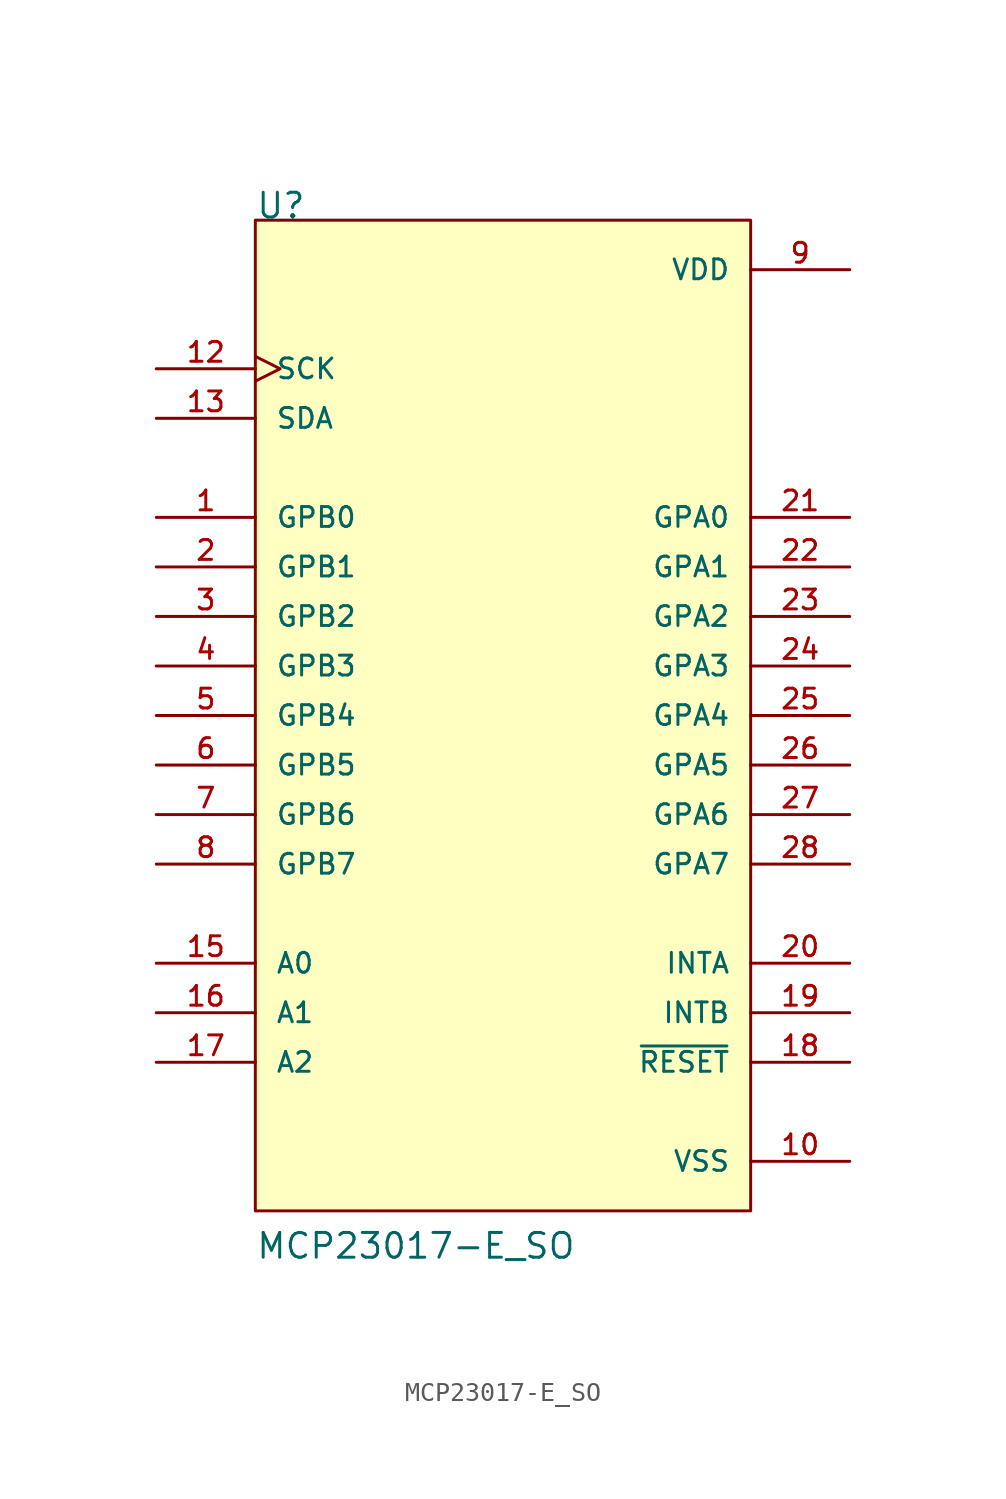
<source format=kicad_sym>
(kicad_symbol_lib
  (version 20211014)
  (generator kicad_symbol_editor)
  (symbol "MCP23017-E_SO"
    (pin_names
      (offset 1.016))
    (property "Reference" "U"
      (at -12.7 25.4 0)
      (effects (font (size 1.27 1.27)) (justify bottom left)))
    (property "Value" "MCP23017-E_SO"
      (at -12.7 -27.94 0)
      (effects (font (size 1.27 1.27)) (justify bottom left)))
    (symbol "MCP23017-E_SO_0_0"
      (rectangle (start -12.7 -25.4) (end 12.7 25.4) (stroke (width 0.152)) (fill (type background)))
      (pin bidirectional line (at -17.78 10.16 0) (length 5.08) (name "GPB0" (effects (font (size 1.016 1.016)))) (number "1" (effects (font (size 1.016 1.016)))))
      (pin bidirectional line (at -17.78 7.62 0) (length 5.08) (name "GPB1" (effects (font (size 1.016 1.016)))) (number "2" (effects (font (size 1.016 1.016)))))
      (pin bidirectional line (at -17.78 5.08 0) (length 5.08) (name "GPB2" (effects (font (size 1.016 1.016)))) (number "3" (effects (font (size 1.016 1.016)))))
      (pin bidirectional line (at -17.78 2.54 0) (length 5.08) (name "GPB3" (effects (font (size 1.016 1.016)))) (number "4" (effects (font (size 1.016 1.016)))))
      (pin bidirectional line (at -17.78 0.0 0) (length 5.08) (name "GPB4" (effects (font (size 1.016 1.016)))) (number "5" (effects (font (size 1.016 1.016)))))
      (pin bidirectional line (at -17.78 -2.54 0) (length 5.08) (name "GPB5" (effects (font (size 1.016 1.016)))) (number "6" (effects (font (size 1.016 1.016)))))
      (pin bidirectional line (at -17.78 -5.08 0) (length 5.08) (name "GPB6" (effects (font (size 1.016 1.016)))) (number "7" (effects (font (size 1.016 1.016)))))
      (pin bidirectional line (at -17.78 -7.62 0) (length 5.08) (name "GPB7" (effects (font (size 1.016 1.016)))) (number "8" (effects (font (size 1.016 1.016)))))
      (pin power_in line (at 17.78 22.86 180.0) (length 5.08) (name "VDD" (effects (font (size 1.016 1.016)))) (number "9" (effects (font (size 1.016 1.016)))))
      (pin power_in line (at 17.78 -22.86 180.0) (length 5.08) (name "VSS" (effects (font (size 1.016 1.016)))) (number "10" (effects (font (size 1.016 1.016)))))
      (pin input clock (at -17.78 17.78 0) (length 5.08) (name "SCK" (effects (font (size 1.016 1.016)))) (number "12" (effects (font (size 1.016 1.016)))))
      (pin bidirectional line (at -17.78 15.24 0) (length 5.08) (name "SDA" (effects (font (size 1.016 1.016)))) (number "13" (effects (font (size 1.016 1.016)))))
      (pin input line (at -17.78 -12.7 0) (length 5.08) (name "A0" (effects (font (size 1.016 1.016)))) (number "15" (effects (font (size 1.016 1.016)))))
      (pin input line (at -17.78 -15.24 0) (length 5.08) (name "A1" (effects (font (size 1.016 1.016)))) (number "16" (effects (font (size 1.016 1.016)))))
      (pin input line (at -17.78 -17.78 0) (length 5.08) (name "A2" (effects (font (size 1.016 1.016)))) (number "17" (effects (font (size 1.016 1.016)))))
      (pin output line (at 17.78 -17.78 180.0) (length 5.08) (name "~{RESET}" (effects (font (size 1.016 1.016)))) (number "18" (effects (font (size 1.016 1.016)))))
      (pin output line (at 17.78 -12.7 180.0) (length 5.08) (name "INTA" (effects (font (size 1.016 1.016)))) (number "20" (effects (font (size 1.016 1.016)))))
      (pin output line (at 17.78 -15.24 180.0) (length 5.08) (name "INTB" (effects (font (size 1.016 1.016)))) (number "19" (effects (font (size 1.016 1.016)))))
      (pin bidirectional line (at 17.78 10.16 180.0) (length 5.08) (name "GPA0" (effects (font (size 1.016 1.016)))) (number "21" (effects (font (size 1.016 1.016)))))
      (pin bidirectional line (at 17.78 7.62 180.0) (length 5.08) (name "GPA1" (effects (font (size 1.016 1.016)))) (number "22" (effects (font (size 1.016 1.016)))))
      (pin bidirectional line (at 17.78 5.08 180.0) (length 5.08) (name "GPA2" (effects (font (size 1.016 1.016)))) (number "23" (effects (font (size 1.016 1.016)))))
      (pin bidirectional line (at 17.78 2.54 180.0) (length 5.08) (name "GPA3" (effects (font (size 1.016 1.016)))) (number "24" (effects (font (size 1.016 1.016)))))
      (pin bidirectional line (at 17.78 0.0 180.0) (length 5.08) (name "GPA4" (effects (font (size 1.016 1.016)))) (number "25" (effects (font (size 1.016 1.016)))))
      (pin bidirectional line (at 17.78 -2.54 180.0) (length 5.08) (name "GPA5" (effects (font (size 1.016 1.016)))) (number "26" (effects (font (size 1.016 1.016)))))
      (pin bidirectional line (at 17.78 -5.08 180.0) (length 5.08) (name "GPA6" (effects (font (size 1.016 1.016)))) (number "27" (effects (font (size 1.016 1.016)))))
      (pin bidirectional line (at 17.78 -7.62 180.0) (length 5.08) (name "GPA7" (effects (font (size 1.016 1.016)))) (number "28" (effects (font (size 1.016 1.016))))))))
</source>
